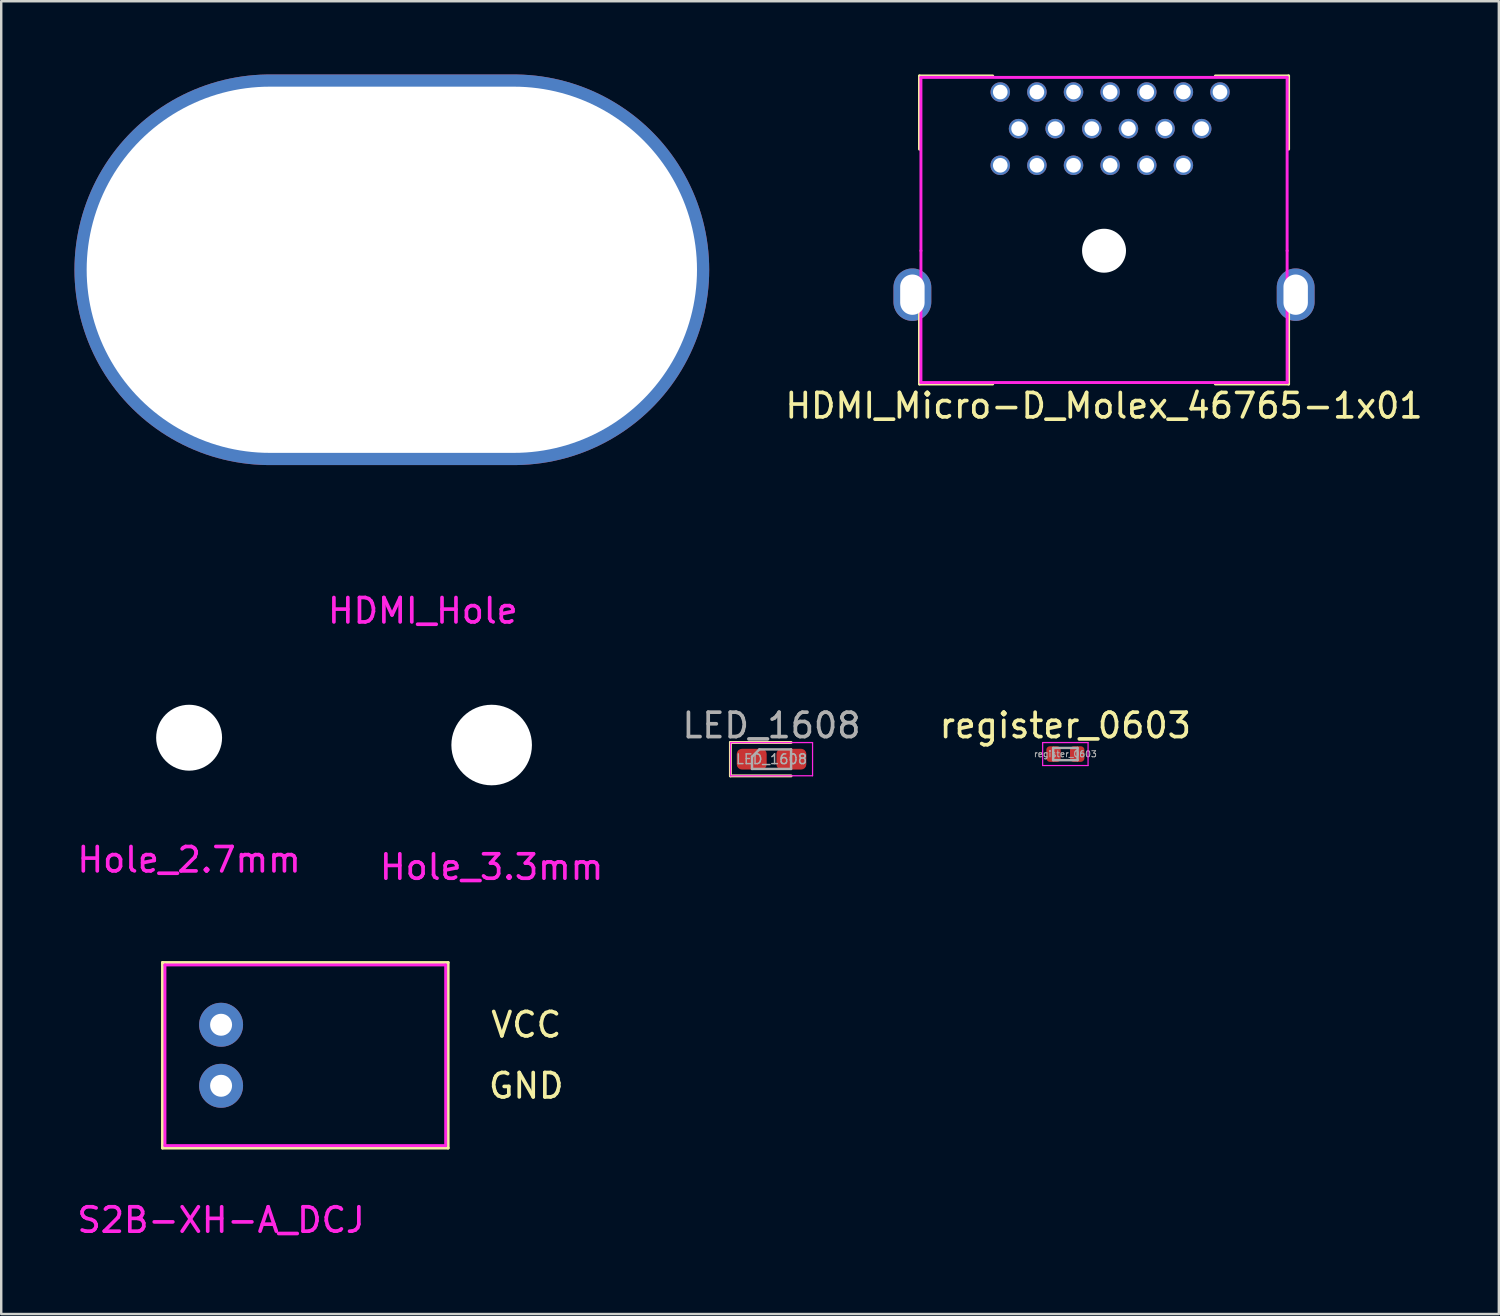
<source format=kicad_pcb>
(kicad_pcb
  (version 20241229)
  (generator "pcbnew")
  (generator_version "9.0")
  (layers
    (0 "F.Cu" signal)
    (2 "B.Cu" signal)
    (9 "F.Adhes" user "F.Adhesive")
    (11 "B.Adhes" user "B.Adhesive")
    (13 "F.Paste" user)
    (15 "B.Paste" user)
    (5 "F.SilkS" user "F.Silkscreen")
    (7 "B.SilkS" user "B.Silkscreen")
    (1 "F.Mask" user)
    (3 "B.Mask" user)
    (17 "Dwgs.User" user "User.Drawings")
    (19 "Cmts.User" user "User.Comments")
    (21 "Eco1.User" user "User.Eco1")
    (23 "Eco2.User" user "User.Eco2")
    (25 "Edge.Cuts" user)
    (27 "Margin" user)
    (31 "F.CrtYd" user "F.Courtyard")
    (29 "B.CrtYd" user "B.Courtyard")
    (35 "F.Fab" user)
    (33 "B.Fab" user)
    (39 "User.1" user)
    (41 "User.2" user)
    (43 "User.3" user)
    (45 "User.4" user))
  (footprint "register_0603"
    (layer "F.Cu")
    (at 40.589 27.837)
    (property "Reference" "register_0603" (at 0 -1.17 0) (layer "F.SilkS") (effects (font (size 1 1) (thickness 0.15))))
    (attr smd)
    (fp_line (start -0.93 -0.47) (end 0.93 -0.47) (stroke (width 0.05) (type solid)) (layer "F.CrtYd"))
    (fp_line (start -0.93 0.47) (end -0.93 -0.47) (stroke (width 0.05) (type solid)) (layer "F.CrtYd"))
    (fp_line (start 0.93 -0.47) (end 0.93 0.47) (stroke (width 0.05) (type solid)) (layer "F.CrtYd"))
    (fp_line (start 0.93 0.47) (end -0.93 0.47) (stroke (width 0.05) (type solid)) (layer "F.CrtYd"))
    (fp_line (start -0.5 -0.25) (end 0.5 -0.25) (stroke (width 0.1) (type solid)) (layer "F.Fab"))
    (fp_line (start -0.5 0.25) (end -0.5 -0.25) (stroke (width 0.1) (type solid)) (layer "F.Fab"))
    (fp_line (start 0.5 -0.25) (end 0.5 0.25) (stroke (width 0.1) (type solid)) (layer "F.Fab"))
    (fp_line (start 0.5 0.25) (end -0.5 0.25) (stroke (width 0.1) (type solid)) (layer "F.Fab"))
    (fp_text user "${REFERENCE}" (at 0 0 0) (layer "F.Fab") (effects (font (size 0.25 0.25) (thickness 0.04))))
    (pad "1" smd roundrect (at -0.485 0) (size 0.59 0.64) (layers "F.Cu" "F.Mask" "F.Paste") (roundrect_rratio 0.25))
    (pad "2" smd roundrect (at 0.485 0) (size 0.59 0.64) (layers "F.Cu" "F.Mask" "F.Paste") (roundrect_rratio 0.25)))
  (footprint "S2B-XH-A_DCJ"
    (layer "F.Cu")
    (at 6.006 41.426)
    (property "Reference" "S2B-XH-A_DCJ" (at 0 5.5 0) (layer "F.CrtYd") (effects (font (size 1 1) (thickness 0.15))))
    (attr through_hole)
    (fp_line (start -2.4 -5.05) (end -2.4 2.55) (stroke (width 0.12) (type solid)) (layer "F.SilkS"))
    (fp_line (start -2.4 2.55) (end 9.3 2.55) (stroke (width 0.12) (type solid)) (layer "F.SilkS"))
    (fp_line (start 9.3 -5.05) (end -2.4 -5.05) (stroke (width 0.12) (type solid)) (layer "F.SilkS"))
    (fp_line (start 9.3 -5.05) (end 9.3 2.55) (stroke (width 0.12) (type solid)) (layer "F.SilkS"))
    (fp_line (start -2.3 -4.95) (end -2.3 2.45) (stroke (width 0.12) (type solid)) (layer "F.CrtYd"))
    (fp_line (start -2.3 2.45) (end 9.2 2.45) (stroke (width 0.12) (type solid)) (layer "F.CrtYd"))
    (fp_line (start 9.2 -4.95) (end -2.3 -4.95) (stroke (width 0.12) (type solid)) (layer "F.CrtYd"))
    (fp_line (start 9.2 -4.95) (end 9.2 2.45) (stroke (width 0.12) (type solid)) (layer "F.CrtYd"))
    (fp_text user "VCC" (at 12.5 -2.5 0) (layer "F.SilkS") (effects (font (size 1 1) (thickness 0.15))))
    (fp_text user "GND" (at 12.5 0 0) (layer "F.SilkS") (effects (font (size 1 1) (thickness 0.15))))
    (pad "GND" thru_hole circle (at 0 0) (size 1.8 1.8) (drill 0.9) (layers "*.Cu" "*.Mask"))
    (pad "VCC" thru_hole circle (at 0 -2.5) (size 1.8 1.8) (drill 0.9) (layers "*.Cu" "*.Mask")))
  (footprint "LED_1608"
    (layer "F.Cu")
    (at 28.554 28.047)
    (property "Reference" "LED_1608" (at 0 -1.38 0) (layer "F.Fab") (effects (font (size 1 1) (thickness 0.15))))
    (attr smd)
    (fp_line (start -1.685 -0.685) (end -1.685 0.685) (stroke (width 0.12) (type solid)) (layer "F.SilkS"))
    (fp_line (start -1.685 0.685) (end 0.8 0.685) (stroke (width 0.12) (type solid)) (layer "F.SilkS"))
    (fp_line (start 0.8 -0.685) (end -1.685 -0.685) (stroke (width 0.12) (type solid)) (layer "F.SilkS"))
    (fp_line (start -1.68 -0.68) (end 1.68 -0.68) (stroke (width 0.05) (type solid)) (layer "F.CrtYd"))
    (fp_line (start -1.68 0.68) (end -1.68 -0.68) (stroke (width 0.05) (type solid)) (layer "F.CrtYd"))
    (fp_line (start 1.68 -0.68) (end 1.68 0.68) (stroke (width 0.05) (type solid)) (layer "F.CrtYd"))
    (fp_line (start 1.68 0.68) (end -1.68 0.68) (stroke (width 0.05) (type solid)) (layer "F.CrtYd"))
    (fp_line (start -0.8 -0.1) (end -0.8 0.4) (stroke (width 0.1) (type solid)) (layer "F.Fab"))
    (fp_line (start -0.8 0.4) (end 0.8 0.4) (stroke (width 0.1) (type solid)) (layer "F.Fab"))
    (fp_line (start -0.5 -0.4) (end -0.8 -0.1) (stroke (width 0.1) (type solid)) (layer "F.Fab"))
    (fp_line (start 0.8 -0.4) (end -0.5 -0.4) (stroke (width 0.1) (type solid)) (layer "F.Fab"))
    (fp_line (start 0.8 0.4) (end 0.8 -0.4) (stroke (width 0.1) (type solid)) (layer "F.Fab"))
    (fp_text user "${REFERENCE}" (at 0 0 0) (layer "F.Fab") (effects (font (size 0.4 0.4) (thickness 0.06))))
    (pad "1" smd roundrect (at -0.812 0) (size 1.225 0.85) (layers "F.Cu" "F.Mask" "F.Paste") (roundrect_rratio 0.25))
    (pad "2" smd roundrect (at 0.812 0) (size 1.225 0.85) (layers "F.Cu" "F.Mask" "F.Paste") (roundrect_rratio 0.25)))
  (footprint "HDMI_Hole"
    (layer "F.Cu")
    (at 13 8)
    (property "Reference" "HDMI_Hole" (at 1.27 13.97 0) (layer "F.CrtYd") (effects (font (size 1 1) (thickness 0.15))))
    (attr through_hole)
    (pad "" np_thru_hole oval (at 0 0) (size 26 16) (drill oval 25 15) (layers "*.Cu" "*.Mask")))
  (footprint "HDMI_Micro-D_Molex_46765-1x01"
    (layer "F.Cu")
    (at 42.173 7.22)
    (property "Reference" "HDMI_Micro-D_Molex_46765-1x01" (at 0 6.35 0) (layer "F.SilkS") (effects (font (size 1 1) (thickness 0.15))))
    (attr smd)
    (fp_line (start -7.56 -7.16) (end -7.56 -4.16) (stroke (width 0.12) (type solid)) (layer "F.SilkS"))
    (fp_line (start -7.56 2.46) (end -7.56 5.46) (stroke (width 0.12) (type solid)) (layer "F.SilkS"))
    (fp_line (start -7.56 5.46) (end -4.56 5.46) (stroke (width 0.12) (type solid)) (layer "F.SilkS"))
    (fp_line (start -4.56 -7.16) (end -7.56 -7.16) (stroke (width 0.12) (type solid)) (layer "F.SilkS"))
    (fp_line (start 4.56 -7.16) (end 7.56 -7.16) (stroke (width 0.12) (type solid)) (layer "F.SilkS"))
    (fp_line (start 7.56 -7.16) (end 7.56 -4.16) (stroke (width 0.12) (type solid)) (layer "F.SilkS"))
    (fp_line (start 7.56 2.46) (end 7.56 5.46) (stroke (width 0.12) (type solid)) (layer "F.SilkS"))
    (fp_line (start 7.56 5.46) (end 4.56 5.46) (stroke (width 0.12) (type solid)) (layer "F.SilkS"))
    (fp_line (start -7.5 -7.1) (end -7.5 0) (stroke (width 0.12) (type solid)) (layer "F.CrtYd"))
    (fp_line (start -7.5 -7.1) (end 7.5 -7.1) (stroke (width 0.12) (type solid)) (layer "F.CrtYd"))
    (fp_line (start -7.5 0) (end -7.5 5.4) (stroke (width 0.12) (type solid)) (layer "F.CrtYd"))
    (fp_line (start -7.5 5.4) (end 7.5 5.4) (stroke (width 0.12) (type solid)) (layer "F.CrtYd"))
    (fp_line (start 7.5 -7.1) (end 7.5 0) (stroke (width 0.12) (type solid)) (layer "F.CrtYd"))
    (fp_line (start 7.5 5.4) (end 7.5 0) (stroke (width 0.12) (type solid)) (layer "F.CrtYd"))
    (pad "" np_thru_hole circle (at 0 0) (size 1.8 1.8) (drill 1.8) (layers "*.Cu" "*.Mask"))
    (pad "1" thru_hole circle (at -4.25 -6.5) (size 0.8 0.8) (drill 0.6) (layers "*.Cu" "*.Mask"))
    (pad "1" thru_hole circle (at -4.25 -3.5) (size 0.8 0.8) (drill 0.6) (layers "*.Cu" "*.Mask"))
    (pad "1" thru_hole circle (at -3.5 -5) (size 0.8 0.8) (drill 0.6) (layers "*.Cu" "*.Mask"))
    (pad "1" thru_hole circle (at -2.75 -6.5) (size 0.8 0.8) (drill 0.6) (layers "*.Cu" "*.Mask"))
    (pad "1" thru_hole circle (at -2.75 -3.5) (size 0.8 0.8) (drill 0.6) (layers "*.Cu" "*.Mask"))
    (pad "1" thru_hole circle (at -2 -5) (size 0.8 0.8) (drill 0.6) (layers "*.Cu" "*.Mask"))
    (pad "1" thru_hole circle (at -1.25 -6.5) (size 0.8 0.8) (drill 0.6) (layers "*.Cu" "*.Mask"))
    (pad "1" thru_hole circle (at -1.25 -3.5) (size 0.8 0.8) (drill 0.6) (layers "*.Cu" "*.Mask"))
    (pad "1" thru_hole circle (at -0.5 -5) (size 0.8 0.8) (drill 0.6) (layers "*.Cu" "*.Mask"))
    (pad "1" thru_hole circle (at 0.25 -6.5) (size 0.8 0.8) (drill 0.6) (layers "*.Cu" "*.Mask"))
    (pad "1" thru_hole circle (at 0.25 -3.5) (size 0.8 0.8) (drill 0.6) (layers "*.Cu" "*.Mask"))
    (pad "1" thru_hole circle (at 1 -5) (size 0.8 0.8) (drill 0.6) (layers "*.Cu" "*.Mask"))
    (pad "1" thru_hole circle (at 1.75 -6.5) (size 0.8 0.8) (drill 0.6) (layers "*.Cu" "*.Mask"))
    (pad "1" thru_hole circle (at 1.75 -3.5) (size 0.8 0.8) (drill 0.6) (layers "*.Cu" "*.Mask"))
    (pad "1" thru_hole circle (at 2.5 -5) (size 0.8 0.8) (drill 0.6) (layers "*.Cu" "*.Mask"))
    (pad "1" thru_hole circle (at 3.25 -6.5) (size 0.8 0.8) (drill 0.6) (layers "*.Cu" "*.Mask"))
    (pad "1" thru_hole circle (at 3.25 -3.5) (size 0.8 0.8) (drill 0.6) (layers "*.Cu" "*.Mask"))
    (pad "1" thru_hole circle (at 4 -5) (size 0.8 0.8) (drill 0.6) (layers "*.Cu" "*.Mask"))
    (pad "1" thru_hole circle (at 4.75 -6.5) (size 0.8 0.8) (drill 0.6) (layers "*.Cu" "*.Mask"))
    (pad "SH" thru_hole oval (at -7.85 1.8) (size 1.55 2.15) (drill oval 1 1.65) (layers "*.Cu" "*.Mask"))
    (pad "SH" thru_hole oval (at 7.85 1.8) (size 1.55 2.15) (drill oval 1 1.65) (layers "*.Cu" "*.Mask")))
  (footprint "Hole_3.3mm"
    (layer "F.Cu")
    (at 17.089 27.468)
    (property "Reference" "Hole_3.3mm" (at 0 5 0) (layer "F.CrtYd") (effects (font (size 1 1) (thickness 0.15))))
    (attr through_hole)
    (pad "" np_thru_hole circle (at 0 0) (size 3.3 3.3) (drill 3.3) (layers "*.Cu" "*.Mask")))
  (footprint "Hole_2.7mm"
    (layer "F.Cu")
    (at 4.696 27.168)
    (property "Reference" "Hole_2.7mm" (at 0 5 0) (layer "F.CrtYd") (effects (font (size 1 1) (thickness 0.15))))
    (attr through_hole)
    (pad "" np_thru_hole circle (at 0 0) (size 2.7 2.7) (drill 2.7) (layers "*.Cu" "*.Mask")))
  (gr_rect
    (start -3 -3)
    (end 58.345 50.775)
    (stroke (width 0.1) (type default))
    (fill no)
    (layer "Edge.Cuts")))
</source>
